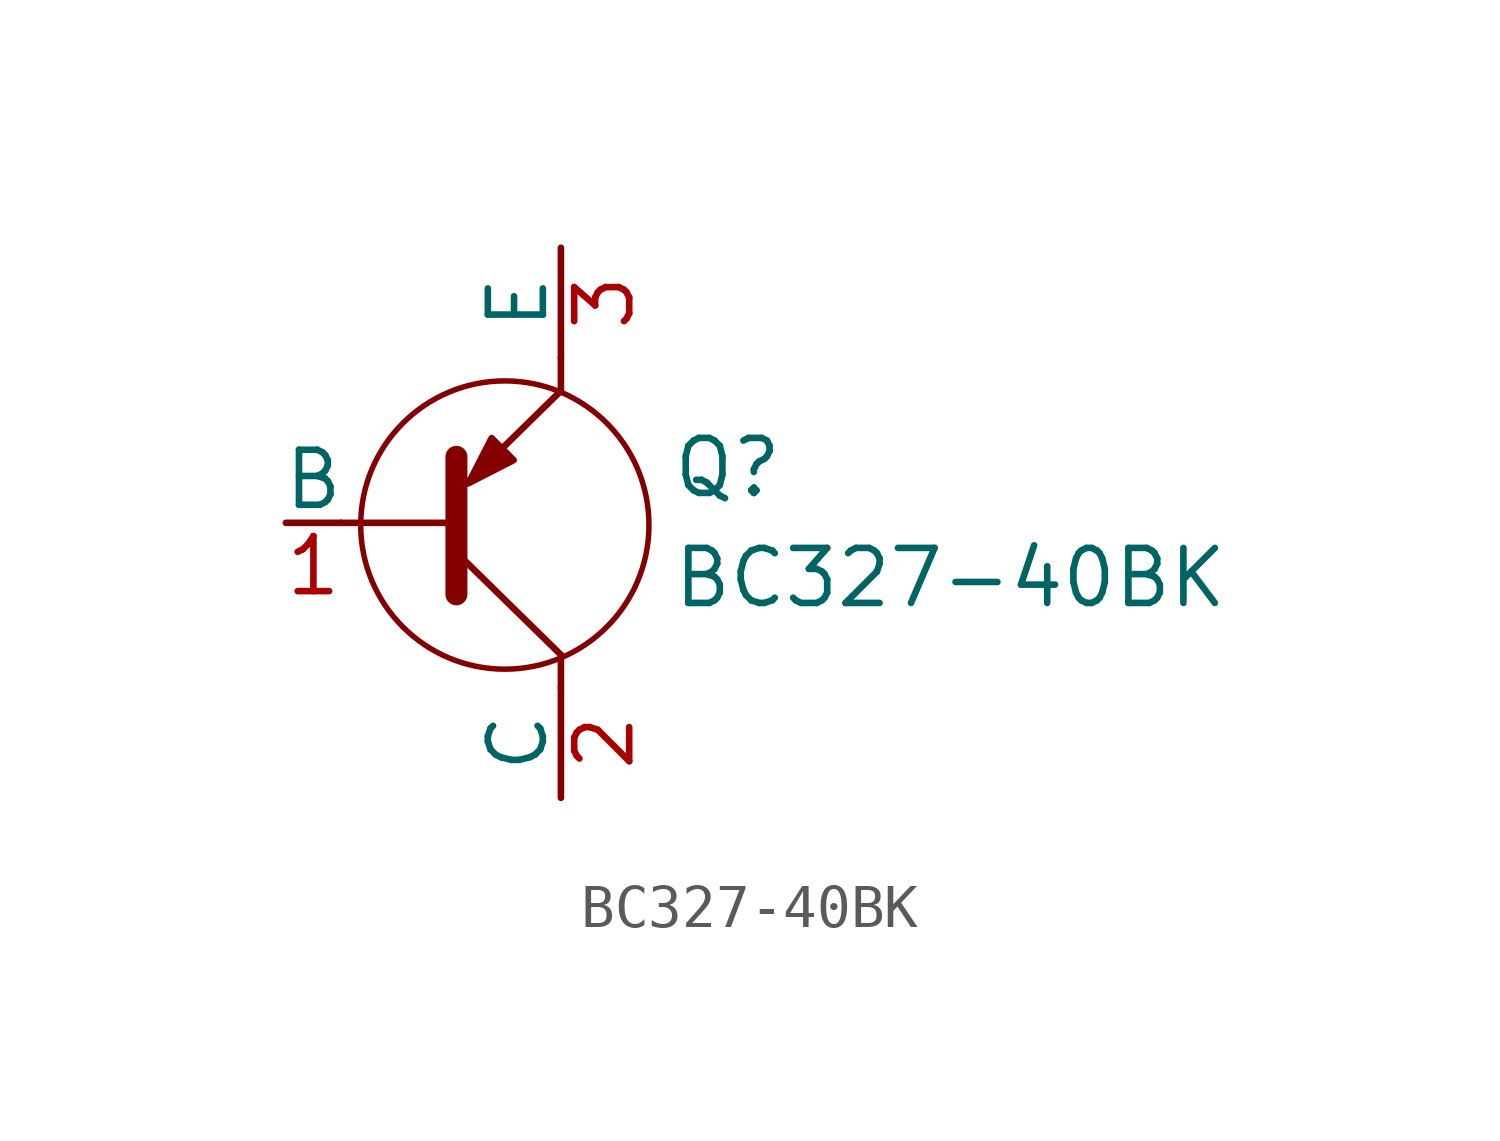
<source format=kicad_sym>
(kicad_symbol_lib
  (version 20220914)
  (generator kicad_symbol_editor)
  (symbol "BC327-40BK"
    (pin_names
      (offset 0))
    (property "Reference" "Q"
      (at 5.08 1.27 0)
      (effects (font (size 1.27 1.27)) (justify left)))
    (property "Value" "BC327-40BK"
      (at 5.08 -1.27 0)
      (effects (font (size 1.27 1.27)) (justify left)))
    (symbol "BC327-40BK_0_1"
      (polyline (pts (xy -2.54 0) (xy 0 0)) (stroke (width 0) (type default)) (fill (type none)))
      (polyline (pts (xy 0 0.559) (xy 2.54 3.048)) (stroke (width 0) (type default)) (fill (type none)))
      (polyline (pts (xy 0.127 1.524) (xy 0.127 -1.651)) (stroke (width 0.508) (type default)) (fill (type outline)))
      (polyline (pts (xy 2.54 -3.048) (xy 2.54 -3.81)) (stroke (width 0) (type default)) (fill (type none)))
      (polyline (pts (xy 2.54 3.81) (xy 2.54 3.048)) (stroke (width 0) (type default)) (fill (type none)))
      (polyline (pts (xy 2.54 -3.048) (xy 0 -0.559) (xy 0 -0.508)) (stroke (width 0) (type default)) (fill (type none)))
      (polyline (pts (xy 1.448 1.448) (xy 0.94 1.956) (xy 0.406 0.914) (xy 1.448 1.448)) (stroke (width 0) (type default)) (fill (type outline)))
      (circle (center 1.245 -0.051) (radius 3.328) (stroke (width 0.127) (type default)) (fill (type none))))
    (symbol "BC327-40BK_1_1"
      (pin passive line (at -3.81 0 0) (length 1.27) (name "B" (effects (font (size 1.27 1.27)))) (number "1" (effects (font (size 1.27 1.27)))))
      (pin passive line (at 2.54 -6.35 90) (length 2.54) (name "C" (effects (font (size 1.27 1.27)))) (number "2" (effects (font (size 1.27 1.27)))))
      (pin passive line (at 2.54 6.35 270) (length 2.54) (name "E" (effects (font (size 1.27 1.27)))) (number "3" (effects (font (size 1.27 1.27))))))))
</source>
